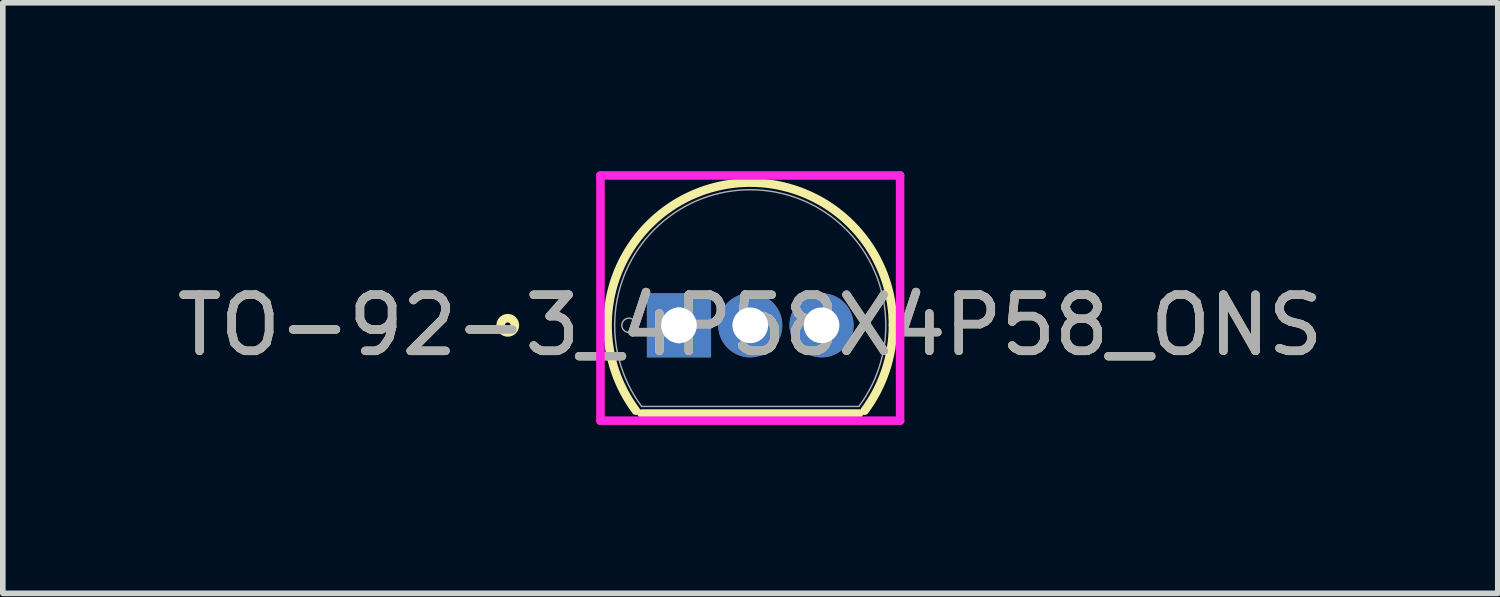
<source format=kicad_pcb>
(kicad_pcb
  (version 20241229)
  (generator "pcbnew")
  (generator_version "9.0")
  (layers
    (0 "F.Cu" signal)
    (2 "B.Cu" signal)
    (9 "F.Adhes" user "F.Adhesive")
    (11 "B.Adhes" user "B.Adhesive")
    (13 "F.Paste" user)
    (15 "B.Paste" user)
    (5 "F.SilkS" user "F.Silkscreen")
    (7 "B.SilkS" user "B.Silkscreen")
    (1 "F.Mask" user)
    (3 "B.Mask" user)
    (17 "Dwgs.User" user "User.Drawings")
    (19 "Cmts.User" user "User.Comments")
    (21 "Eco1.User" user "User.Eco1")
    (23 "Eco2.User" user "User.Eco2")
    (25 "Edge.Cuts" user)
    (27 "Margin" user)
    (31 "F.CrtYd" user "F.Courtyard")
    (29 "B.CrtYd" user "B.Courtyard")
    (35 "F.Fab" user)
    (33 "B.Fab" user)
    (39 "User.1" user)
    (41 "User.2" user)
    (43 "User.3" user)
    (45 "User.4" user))
  (footprint "TO-92-3_4P58X4P58_ONS"
    (layer "F.Cu")
    (at 9.045 2.745)
    (property "Reference" "TO-92-3_4P58X4P58_ONS" (at 1.27 0 0) (unlocked yes) (layer "F.SilkS") (effects (font (size 1 1) (thickness 0.15))))
    (attr through_hole)
    (fp_line (start -0.665 1.572) (end 3.205 1.572) (stroke (width 0.152) (type solid)) (layer "F.SilkS"))
    (fp_arc (start -0.766751 1.520992) (mid 0.468643 -2.412384) (end 3.812001 0) (stroke (width 0.1524) (type solid)) (layer "F.SilkS"))
    (fp_arc (start 3.812001 0) (mid 3.682385 0.801355) (end 3.306754 1.520989) (stroke (width 0.1524) (type solid)) (layer "F.SilkS"))
    (fp_circle (center -3.05 0) (end -2.923 0) (stroke (width 0.152) (type solid)) (fill no) (layer "F.SilkS"))
    (fp_line (start -1.399 -2.669) (end 3.939 -2.669) (stroke (width 0.152) (type solid)) (layer "F.CrtYd"))
    (fp_line (start -1.399 1.699) (end -1.399 -2.669) (stroke (width 0.152) (type solid)) (layer "F.CrtYd"))
    (fp_line (start 3.939 -2.669) (end 3.939 1.699) (stroke (width 0.152) (type solid)) (layer "F.CrtYd"))
    (fp_line (start 3.939 1.699) (end -1.399 1.699) (stroke (width 0.152) (type solid)) (layer "F.CrtYd"))
    (fp_line (start -0.665 1.445) (end 3.205 1.445) (stroke (width 0.025) (type solid)) (layer "F.Fab"))
    (fp_line (start -0.254 0) (end 0.254 0) (stroke (width 0.152) (type solid)) (layer "F.Fab"))
    (fp_line (start 0 0.254) (end 0 -0.254) (stroke (width 0.152) (type solid)) (layer "F.Fab"))
    (fp_arc (start -0.664994 1.445) (mid 1.27 -2.415) (end 3.204994 1.445) (stroke (width 0.0254) (type solid)) (layer "F.Fab"))
    (fp_circle (center -0.891 0) (end -0.764 0) (stroke (width 0.025) (type solid)) (fill no) (layer "F.Fab"))
    (fp_text user "${REFERENCE}" (at 1.27 0 0) (unlocked yes) (layer "F.Fab") (effects (font (size 1 1) (thickness 0.15))))
    (pad "1" thru_hole rect (at 0 0) (size 1.143 1.143) (drill 0.635) (layers "*.Cu" "*.Mask"))
    (pad "2" thru_hole circle (at 1.27 0) (size 1.143 1.143) (drill 0.635) (layers "*.Cu" "*.Mask"))
    (pad "3" thru_hole circle (at 2.54 0) (size 1.143 1.143) (drill 0.635) (layers "*.Cu" "*.Mask")))
  (gr_rect
    (start -3 -3)
    (end 23.631 7.52)
    (stroke (width 0.1) (type default))
    (fill no)
    (layer "Edge.Cuts")))
</source>
